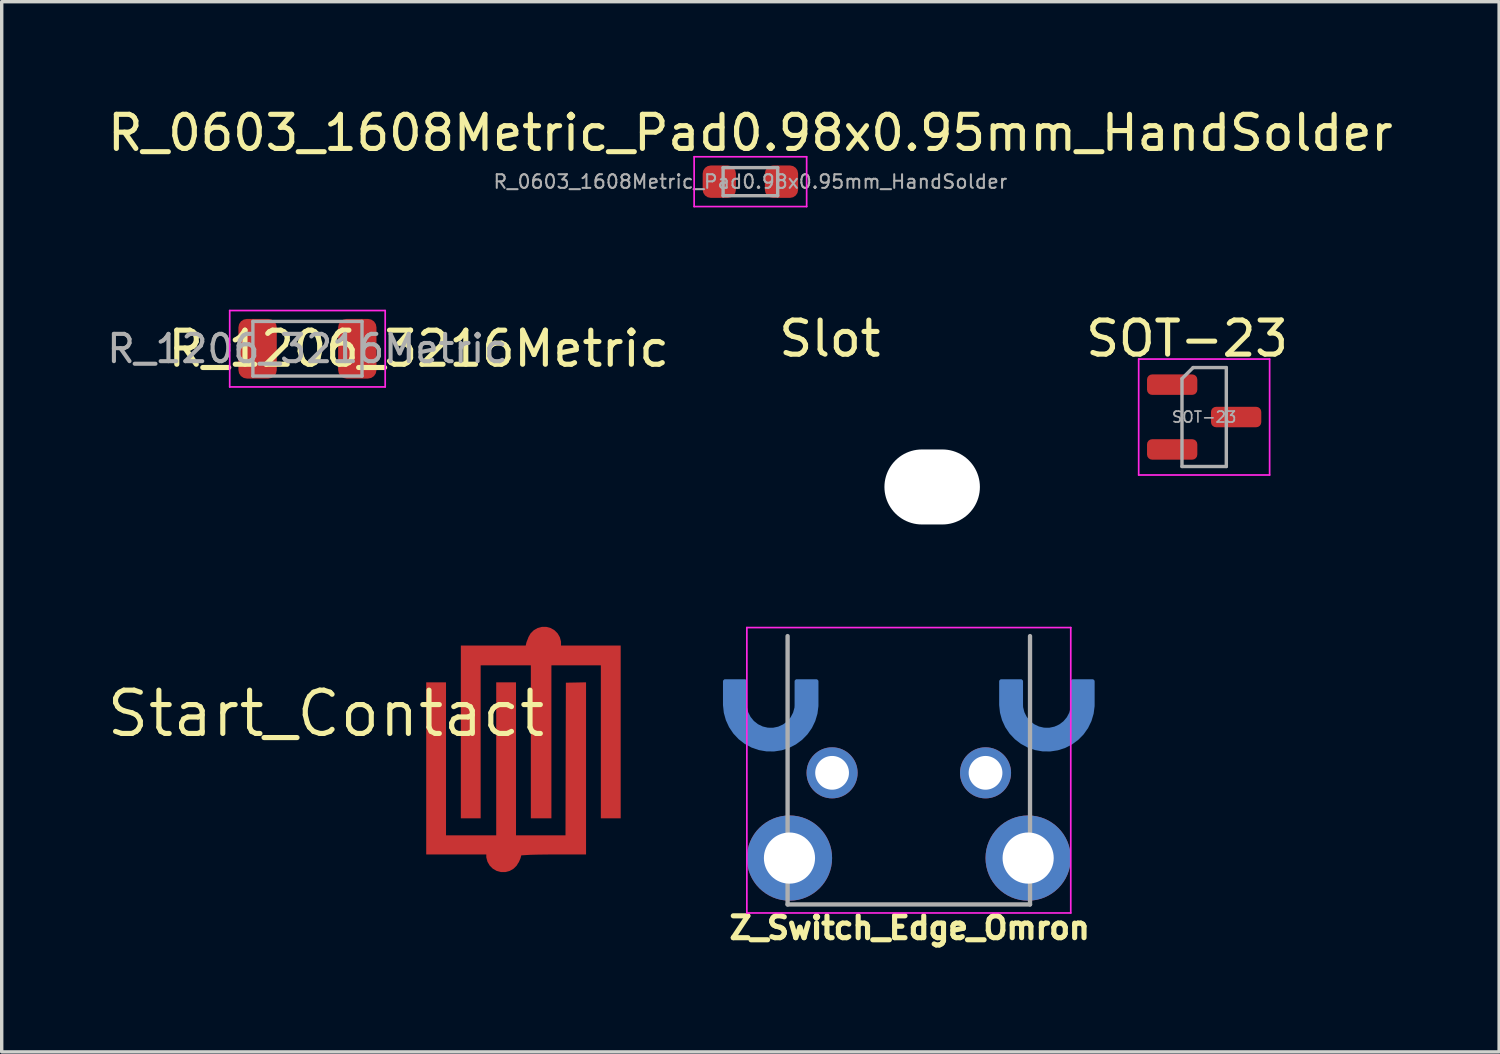
<source format=kicad_pcb>
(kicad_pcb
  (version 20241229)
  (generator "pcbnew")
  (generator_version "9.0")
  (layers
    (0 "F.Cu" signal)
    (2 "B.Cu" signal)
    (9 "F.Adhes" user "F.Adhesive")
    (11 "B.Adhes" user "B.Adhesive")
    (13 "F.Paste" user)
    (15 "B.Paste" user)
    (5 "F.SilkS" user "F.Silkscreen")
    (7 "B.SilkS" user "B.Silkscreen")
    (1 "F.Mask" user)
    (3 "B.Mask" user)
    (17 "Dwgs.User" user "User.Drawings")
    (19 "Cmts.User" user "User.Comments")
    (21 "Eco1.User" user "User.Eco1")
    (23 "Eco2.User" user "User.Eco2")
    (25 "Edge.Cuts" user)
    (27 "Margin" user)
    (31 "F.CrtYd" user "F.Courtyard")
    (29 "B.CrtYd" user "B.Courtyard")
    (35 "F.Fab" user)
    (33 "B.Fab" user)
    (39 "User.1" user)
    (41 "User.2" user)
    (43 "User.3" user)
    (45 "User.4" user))
  (footprint "Z_Switch_Edge_Omron"
    (layer "F.Cu")
    (at 23.604 19.616)
    (property "Reference" "Z_Switch_Edge_Omron" (at 0.026 4.546 0) (layer "F.SilkS") (effects (font (size 0.641 0.641) (thickness 0.15))))
    (attr through_hole)
    (fp_line (start -4.75 -4.26) (end -4.75 4.11) (stroke (width 0.05) (type solid)) (layer "F.CrtYd"))
    (fp_line (start -4.75 4.11) (end 4.75 4.11) (stroke (width 0.05) (type solid)) (layer "F.CrtYd"))
    (fp_line (start 4.75 -4.26) (end -4.75 -4.26) (stroke (width 0.05) (type solid)) (layer "F.CrtYd"))
    (fp_line (start 4.75 4.11) (end 4.75 -4.26) (stroke (width 0.05) (type solid)) (layer "F.CrtYd"))
    (fp_line (start -3.555 -4.01) (end -3.555 3.86) (stroke (width 0.127) (type solid)) (layer "F.Fab"))
    (fp_line (start -3.555 3.86) (end 3.555 3.86) (stroke (width 0.127) (type solid)) (layer "F.Fab"))
    (fp_line (start 3.555 3.86) (end 3.555 -4.01) (stroke (width 0.127) (type solid)) (layer "F.Fab"))
    (pad "1" thru_hole circle (at -2.25 0) (size 1.498 1.498) (drill 0.99) (layers "*.Cu" "B.Mask"))
    (pad "2" thru_hole circle (at 2.25 0) (size 1.498 1.498) (drill 0.99) (layers "*.Cu" "B.Mask"))
    (pad "3" smd custom (at -4.025 -1.025) (size 0.354 0.354) (layers "B.Cu" "B.Mask" "B.Paste") (options (anchor circle)) (primitives (gr_arc (start 1.025 -0.95) (mid -0.035167 0.051807) (end -1.075 -0.971091) (width 0.7)) (gr_rect (start -1.365 -1.66) (end -0.785 -1.228) (width 0.12) (fill no)) (gr_line (start -1.075 -0.971) (end -1.075 -1.35) (width 0.7)) (gr_line (start 1.025 -0.95) (end 1.025 -1.35) (width 0.7)) (gr_rect (start 0.735 -1.66) (end 1.315 -1.228) (width 0.12) (fill no))))
    (pad "4" smd custom (at 4.075 -1.025) (size 0.354 0.354) (layers "B.Cu" "B.Mask" "B.Paste") (options (anchor circle)) (primitives (gr_arc (start 1.025 -0.95) (mid -0.035013 0.051809) (end -1.074992 -0.970783) (width 0.7)) (gr_rect (start -1.365 -1.66) (end -0.785 -1.228) (width 0.12) (fill no)) (gr_line (start -1.075 -0.971) (end -1.075 -1.35) (width 0.7)) (gr_line (start 1.025 -0.95) (end 1.025 -1.35) (width 0.7)) (gr_rect (start 0.735 -1.66) (end 1.315 -1.228) (width 0.12) (fill no))))
    (pad "MP" thru_hole circle (at -3.5 2.5) (size 2.5 2.5) (drill 1.5) (layers "*.Cu" "*.Mask"))
    (pad "MP" thru_hole circle (at 3.5 2.5) (size 2.5 2.5) (drill 1.5) (layers "*.Cu" "*.Mask")))
  (footprint "R_0603_1608Metric_Pad0.98x0.95mm_HandSolder"
    (layer "F.Cu")
    (at 18.958 2.278)
    (property "Reference" "R_0603_1608Metric_Pad0.98x0.95mm_HandSolder" (at 0 -1.43 0) (layer "F.SilkS") (effects (font (size 1 1) (thickness 0.15))))
    (attr smd)
    (fp_line (start -1.65 -0.73) (end 1.65 -0.73) (stroke (width 0.05) (type solid)) (layer "F.CrtYd"))
    (fp_line (start -1.65 0.73) (end -1.65 -0.73) (stroke (width 0.05) (type solid)) (layer "F.CrtYd"))
    (fp_line (start 1.65 -0.73) (end 1.65 0.73) (stroke (width 0.05) (type solid)) (layer "F.CrtYd"))
    (fp_line (start 1.65 0.73) (end -1.65 0.73) (stroke (width 0.05) (type solid)) (layer "F.CrtYd"))
    (fp_line (start -0.8 -0.412) (end 0.8 -0.412) (stroke (width 0.1) (type solid)) (layer "F.Fab"))
    (fp_line (start -0.8 0.412) (end -0.8 -0.412) (stroke (width 0.1) (type solid)) (layer "F.Fab"))
    (fp_line (start 0.8 -0.412) (end 0.8 0.412) (stroke (width 0.1) (type solid)) (layer "F.Fab"))
    (fp_line (start 0.8 0.412) (end -0.8 0.412) (stroke (width 0.1) (type solid)) (layer "F.Fab"))
    (fp_text user "${REFERENCE}" (at 0 0 0) (layer "F.Fab") (effects (font (size 0.4 0.4) (thickness 0.06))))
    (pad "1" smd roundrect (at -0.912 0) (size 0.975 0.95) (layers "F.Cu" "F.Mask" "F.Paste") (roundrect_rratio 0.25))
    (pad "2" smd roundrect (at 0.912 0) (size 0.975 0.95) (layers "F.Cu" "F.Mask" "F.Paste") (roundrect_rratio 0.25)))
  (footprint "R_1206_3216Metric"
    (layer "F.Cu")
    (at 5.967 7.178)
    (property "Reference" "R_1206_3216Metric" (at 3.263 0 0) (layer "F.SilkS") (effects (font (size 1 1) (thickness 0.15))))
    (attr smd)
    (fp_line (start -2.28 -1.12) (end 2.28 -1.12) (stroke (width 0.05) (type solid)) (layer "F.CrtYd"))
    (fp_line (start -2.28 1.12) (end -2.28 -1.12) (stroke (width 0.05) (type solid)) (layer "F.CrtYd"))
    (fp_line (start 2.28 -1.12) (end 2.28 1.12) (stroke (width 0.05) (type solid)) (layer "F.CrtYd"))
    (fp_line (start 2.28 1.12) (end -2.28 1.12) (stroke (width 0.05) (type solid)) (layer "F.CrtYd"))
    (fp_line (start -1.6 -0.8) (end 1.6 -0.8) (stroke (width 0.1) (type solid)) (layer "F.Fab"))
    (fp_line (start -1.6 0.8) (end -1.6 -0.8) (stroke (width 0.1) (type solid)) (layer "F.Fab"))
    (fp_line (start 1.6 -0.8) (end 1.6 0.8) (stroke (width 0.1) (type solid)) (layer "F.Fab"))
    (fp_line (start 1.6 0.8) (end -1.6 0.8) (stroke (width 0.1) (type solid)) (layer "F.Fab"))
    (fp_text user "${REFERENCE}" (at 0 0 0) (layer "F.Fab") (effects (font (size 0.8 0.8) (thickness 0.12))))
    (pad "1" smd roundrect (at -1.462 0) (size 1.125 1.75) (layers "F.Cu" "F.Mask" "F.Paste") (roundrect_rratio 0.222))
    (pad "2" smd roundrect (at 1.462 0) (size 1.125 1.75) (layers "F.Cu" "F.Mask" "F.Paste") (roundrect_rratio 0.222)))
  (footprint "SOT-23"
    (layer "F.Cu")
    (at 32.266 9.181)
    (property "Reference" "SOT-23" (at -0.5 -2.3 180) (layer "F.SilkS") (effects (font (size 1 1) (thickness 0.15))))
    (attr smd)
    (fp_line (start -1.92 -1.7) (end -1.92 1.7) (stroke (width 0.05) (type solid)) (layer "F.CrtYd"))
    (fp_line (start -1.92 1.7) (end 1.92 1.7) (stroke (width 0.05) (type solid)) (layer "F.CrtYd"))
    (fp_line (start 1.92 -1.7) (end -1.92 -1.7) (stroke (width 0.05) (type solid)) (layer "F.CrtYd"))
    (fp_line (start 1.92 1.7) (end 1.92 -1.7) (stroke (width 0.05) (type solid)) (layer "F.CrtYd"))
    (fp_line (start -0.65 -1.125) (end -0.325 -1.45) (stroke (width 0.1) (type solid)) (layer "F.Fab"))
    (fp_line (start -0.65 1.45) (end -0.65 -1.125) (stroke (width 0.1) (type solid)) (layer "F.Fab"))
    (fp_line (start -0.325 -1.45) (end 0.65 -1.45) (stroke (width 0.1) (type solid)) (layer "F.Fab"))
    (fp_line (start 0.65 -1.45) (end 0.65 1.45) (stroke (width 0.1) (type solid)) (layer "F.Fab"))
    (fp_line (start 0.65 1.45) (end -0.65 1.45) (stroke (width 0.1) (type solid)) (layer "F.Fab"))
    (fp_text user "${REFERENCE}" (at 0 0 180) (layer "F.Fab") (effects (font (size 0.32 0.32) (thickness 0.05))))
    (pad "1" smd roundrect (at -0.938 -0.95) (size 1.475 0.6) (layers "F.Cu" "F.Mask" "F.Paste") (roundrect_rratio 0.25))
    (pad "2" smd roundrect (at -0.938 0.95) (size 1.475 0.6) (layers "F.Cu" "F.Mask" "F.Paste") (roundrect_rratio 0.25))
    (pad "3" smd roundrect (at 0.938 0) (size 1.475 0.6) (layers "F.Cu" "F.Mask" "F.Paste") (roundrect_rratio 0.25)))
  (footprint "Slot"
    (layer "F.Cu")
    (at 24.289 11.232)
    (property "Reference" "Slot" (at -3 -4.35 0) (layer "F.SilkS") (effects (font (size 1 1) (thickness 0.15))))
    (attr through_hole)
    (pad "" np_thru_hole oval (at 0 0) (size 2.8 2.2) (drill oval 2.8 2.2) (layers "*.Cu" "*.Mask")))
  (footprint "Start_Contact"
    (layer "F.Cu")
    (at 12.308 18.931)
    (property "Reference" "Start_Contact" (at -5.8 -1.05 0) (layer "F.SilkS") (effects (font (size 1.27 1.27) (thickness 0.15))))
    (attr through_hole)
    (fp_poly (pts (xy 2.756 3.031) (xy 0.008 3.031) (xy -0.33 3.031) (xy -0.656 3.031) (xy -0.968 3.03) (xy -1.263 3.03) (xy -1.538 3.029) (xy -1.793 3.028) (xy -2.022 3.027) (xy -2.226 3.025) (xy -2.4 3.024) (xy -2.542 3.022) (xy -2.65 3.021) (xy -2.721 3.019) (xy -2.753 3.017) (xy -2.754 3.017) (xy -2.756 2.995) (xy -2.758 2.932) (xy -2.759 2.832) (xy -2.761 2.697) (xy -2.762 2.529) (xy -2.763 2.331) (xy -2.764 2.105) (xy -2.765 1.854) (xy -2.766 1.579) (xy -2.767 1.283) (xy -2.768 0.969) (xy -2.768 0.64) (xy -2.768 0.296) (xy -2.768 0.011) (xy -2.768 -2.98) (xy 2.756 -2.98) (xy 2.756 3.031)) (stroke (width 0.01) (type solid)) (fill yes) (layer "F.Mask"))
    (pad "1" smd custom (at 0.6 -3.1) (size 1 1) (layers "F.Cu" "F.Mask" "F.Paste") (options (anchor circle)) (primitives (gr_poly (pts (xy 0.1 -0.387) (xy 0.219 -0.337) (xy 0.31 -0.262) (xy 0.384 -0.16) (xy 0.429 -0.047) (xy 0.435 -0.019) (xy 0.447 0.056) (xy 2.241 0.056) (xy 2.241 5.115) (xy 1.669 5.115) (xy 1.669 0.628) (xy 0.209 0.628) (xy 0.209 5.115) (xy -0.384 5.115) (xy -0.384 0.628) (xy -1.866 0.628) (xy -1.866 5.115) (xy -2.437 5.115) (xy -2.437 0.056) (xy -0.536 0.056) (xy -0.511 -0.048) (xy -0.462 -0.17) (xy -0.382 -0.269) (xy -0.279 -0.343) (xy -0.16 -0.39) (xy -0.031 -0.405) (xy 0.1 -0.387)) (width 0.01) (fill yes))))
    (pad "2" smd custom (at -0.6 3.1) (size 1 1) (layers "F.Cu" "F.Mask" "F.Paste") (options (anchor circle)) (primitives (gr_poly (pts (xy 2.425 -0.026) (xy 1.698 -0.026) (xy 1.515 -0.026) (xy 1.335 -0.025) (xy 1.165 -0.023) (xy 1.013 -0.021) (xy 0.884 -0.018) (xy 0.788 -0.015) (xy 0.749 -0.013) (xy 0.527 0.001) (xy 0.504 0.088) (xy 0.454 0.204) (xy 0.377 0.307) (xy 0.281 0.383) (xy 0.258 0.395) (xy 0.153 0.432) (xy 0.038 0.45) (xy -0.07 0.448) (xy -0.134 0.433) (xy -0.235 0.377) (xy -0.326 0.298) (xy -0.397 0.203) (xy -0.442 0.103) (xy -0.454 0.032) (xy -0.454 -0.026) (xy -2.253 -0.026) (xy -2.253 -5.064) (xy -1.682 -5.064) (xy -1.682 -0.577) (xy -0.2 -0.577) (xy -0.2 -5.064) (xy 0.371 -5.064) (xy 0.371 -0.577) (xy 1.832 -0.577) (xy 1.837 -2.815) (xy 1.843 -5.054) (xy 2.134 -5.059) (xy 2.425 -5.065) (xy 2.425 -0.026)) (width 0.01) (fill yes)))))
  (gr_rect
    (start -3 -3)
    (end 40.917 27.8)
    (stroke (width 0.1) (type default))
    (fill no)
    (layer "Edge.Cuts")))
</source>
